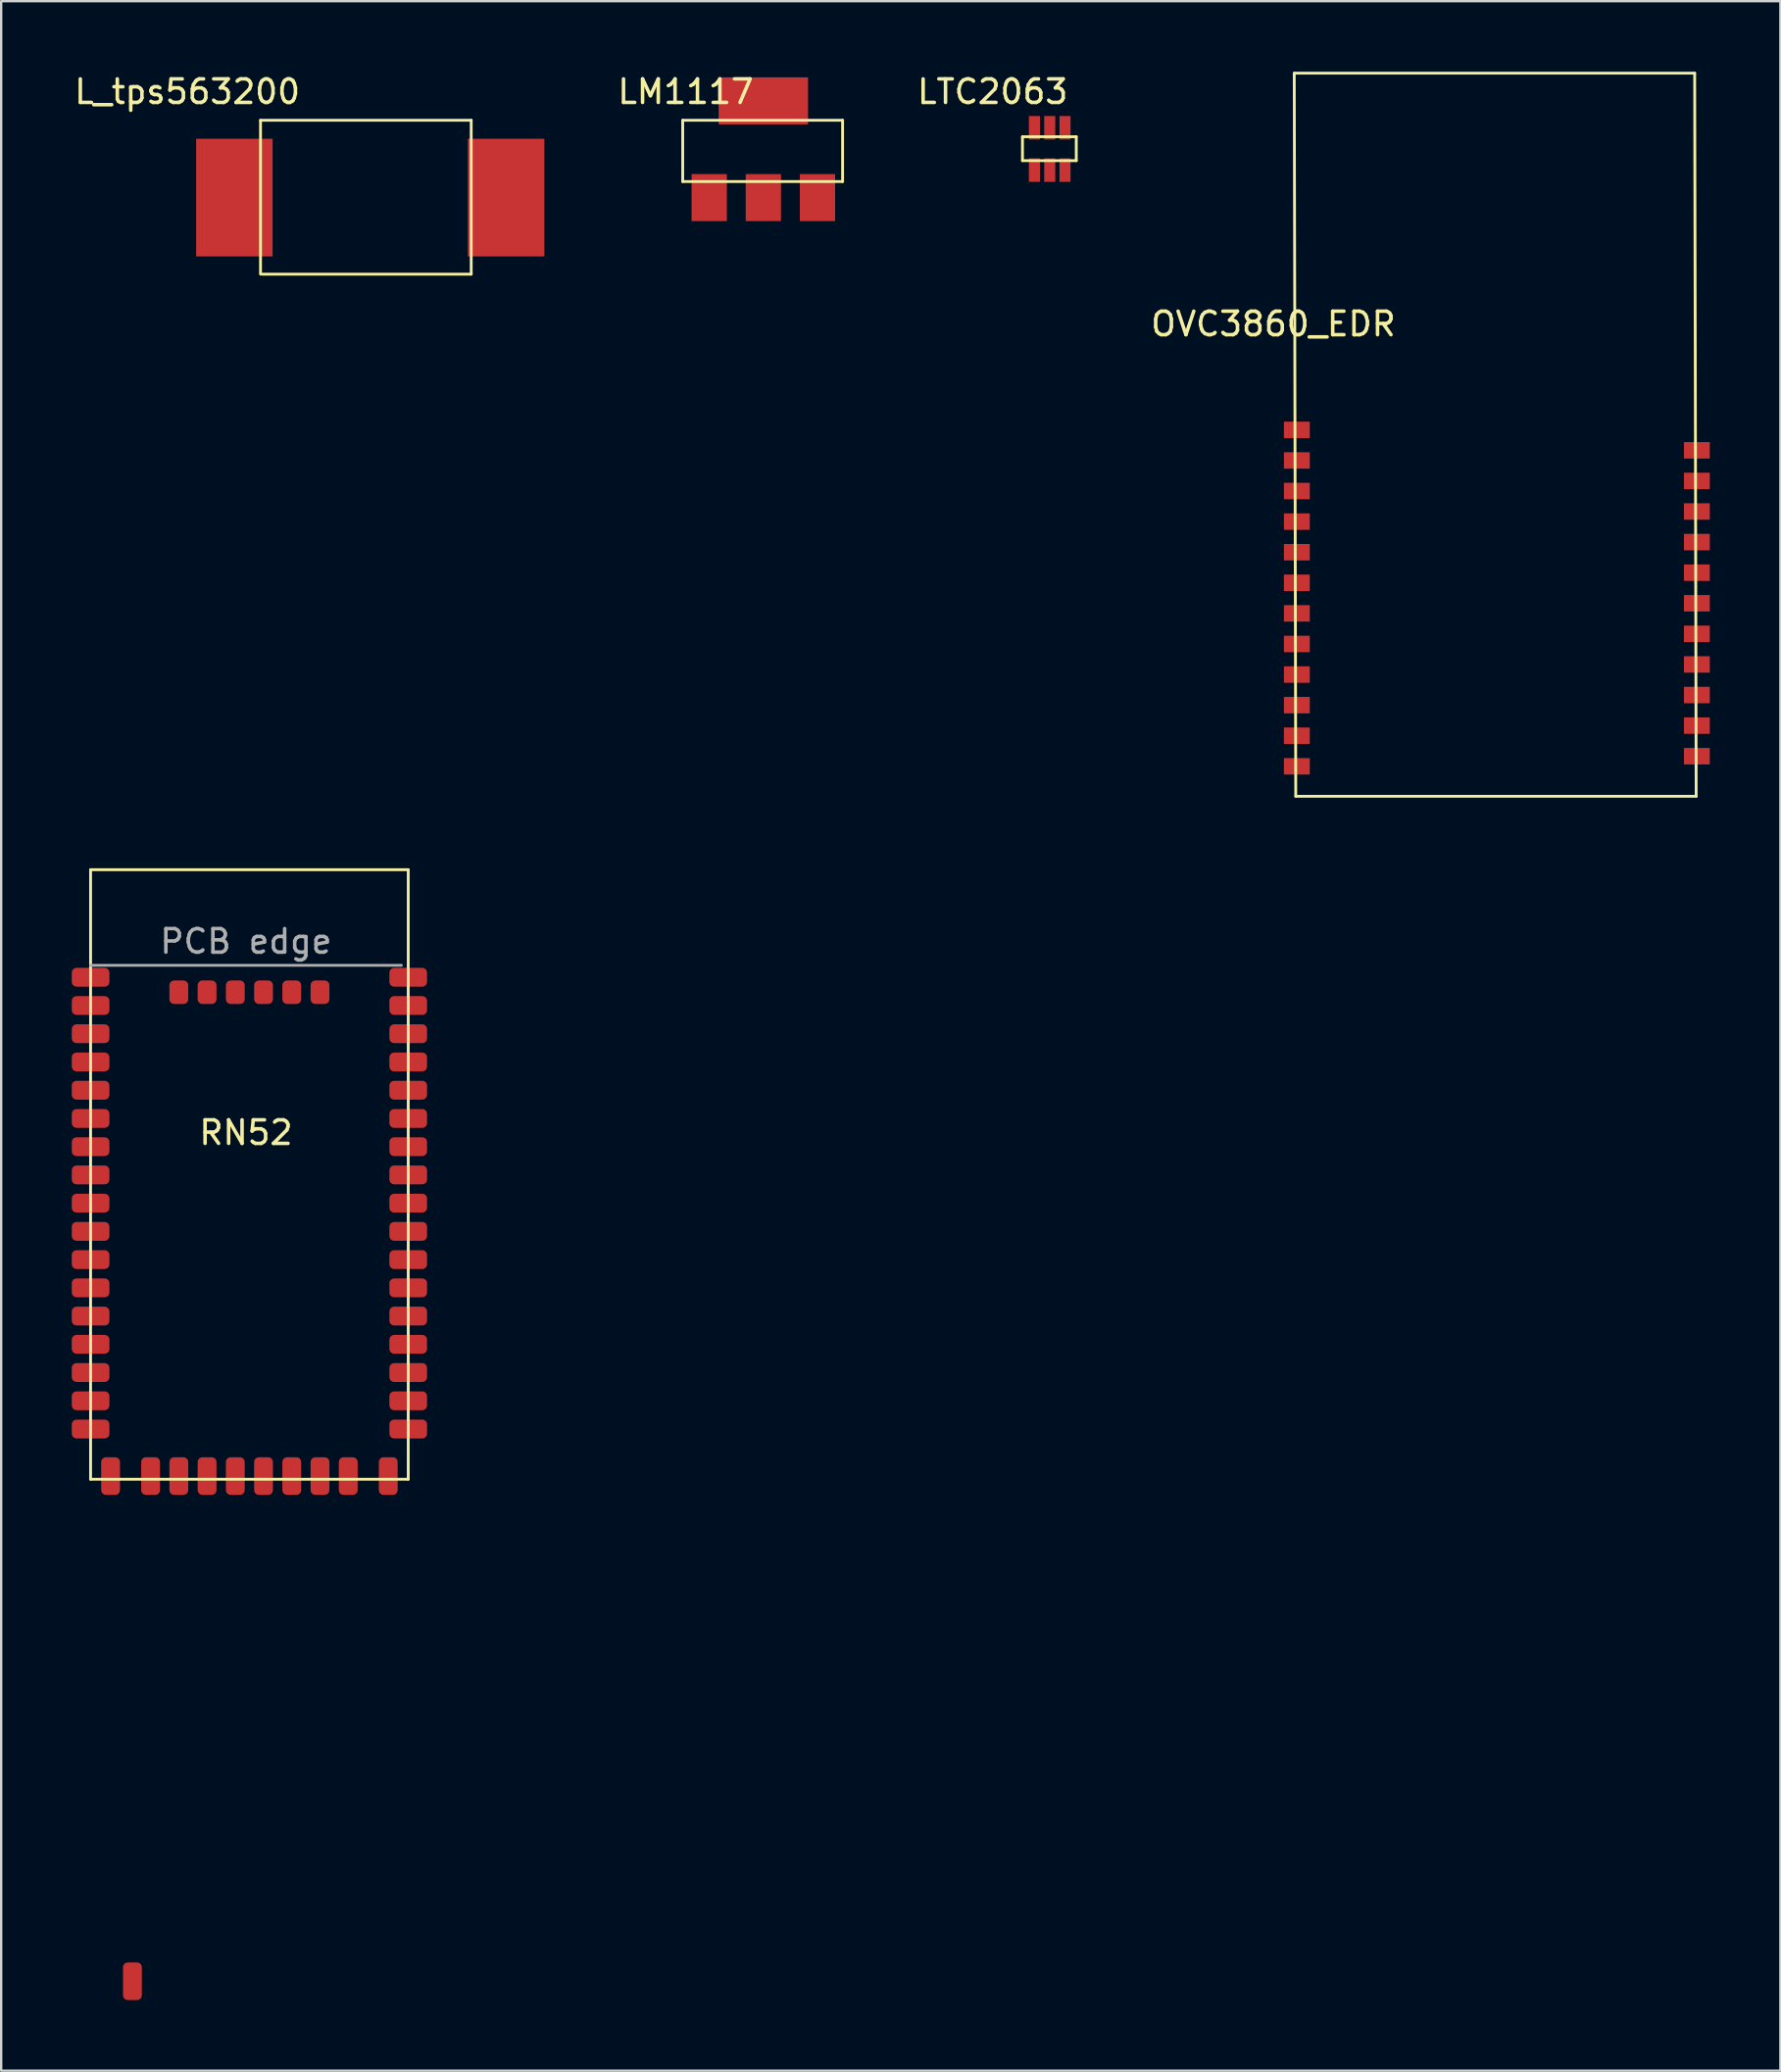
<source format=kicad_pcb>
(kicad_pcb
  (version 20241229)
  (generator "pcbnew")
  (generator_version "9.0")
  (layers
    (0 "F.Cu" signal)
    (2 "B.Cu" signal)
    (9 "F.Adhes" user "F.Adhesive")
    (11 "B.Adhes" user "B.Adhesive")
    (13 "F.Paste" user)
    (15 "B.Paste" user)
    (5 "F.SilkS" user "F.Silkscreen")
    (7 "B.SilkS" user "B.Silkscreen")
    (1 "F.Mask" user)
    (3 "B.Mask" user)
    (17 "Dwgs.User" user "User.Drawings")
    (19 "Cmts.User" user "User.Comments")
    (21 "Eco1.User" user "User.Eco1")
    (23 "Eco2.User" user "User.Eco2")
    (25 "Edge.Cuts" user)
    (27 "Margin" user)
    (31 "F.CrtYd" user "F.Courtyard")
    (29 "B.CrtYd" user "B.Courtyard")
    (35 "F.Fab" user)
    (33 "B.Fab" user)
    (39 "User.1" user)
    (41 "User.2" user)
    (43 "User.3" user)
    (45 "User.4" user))
  (footprint "L_tps563200"
    (layer "F.Cu")
    (at 4.911 0.348)
    (property "Reference" "L_tps563200" (at 0 0.5 0) (layer "F.SilkS") (effects (font (size 1 1) (thickness 0.15))))
    (attr through_hole)
    (fp_line (start 3.111 1.714) (end 12.065 1.714) (stroke (width 0.12) (type solid)) (layer "F.SilkS"))
    (fp_line (start 3.111 8.255) (end 3.111 1.714) (stroke (width 0.12) (type solid)) (layer "F.SilkS"))
    (fp_line (start 12.065 1.714) (end 12.065 8.255) (stroke (width 0.12) (type solid)) (layer "F.SilkS"))
    (fp_line (start 12.065 8.255) (end 3.175 8.255) (stroke (width 0.12) (type solid)) (layer "F.SilkS"))
    (pad "1" smd rect (at 2 5) (size 3.25 5) (layers "F.Cu" "F.Mask" "F.Paste"))
    (pad "2" smd rect (at 13.55 5) (size 3.25 5) (layers "F.Cu" "F.Mask" "F.Paste")))
  (footprint "RN52"
    (layer "F.Cu")
    (at 0.8 59.822)
    (property "Reference" "RN52" (at 6.604 -14.732 0) (layer "F.SilkS") (effects (font (size 1 1) (thickness 0.15))))
    (attr through_hole)
    (fp_line (start 0 -25.908) (end 13.5 -25.908) (stroke (width 0.12) (type solid)) (layer "F.SilkS"))
    (fp_line (start 0 0) (end 0 -25.908) (stroke (width 0.12) (type solid)) (layer "F.SilkS"))
    (fp_line (start 13.5 -25.908) (end 13.5 0) (stroke (width 0.12) (type solid)) (layer "F.SilkS"))
    (fp_line (start 13.5 0) (end 0 0) (stroke (width 0.12) (type solid)) (layer "F.SilkS"))
    (fp_line (start 0 -21.844) (end 13.208 -21.844) (stroke (width 0.12) (type solid)) (layer "F.Fab"))
    (fp_text user "PCB edge" (at 6.604 -22.86 0) (layer "F.Fab") (effects (font (size 1 1) (thickness 0.15))))
    (pad "1" smd roundrect (at 0 -21.336) (size 1.6 0.8) (layers "F.Cu" "F.Mask" "F.Paste") (roundrect_rratio 0.25))
    (pad "2" smd roundrect (at 0 -20.136) (size 1.6 0.8) (layers "F.Cu" "F.Mask" "F.Paste") (roundrect_rratio 0.25))
    (pad "3" smd roundrect (at 0 -18.936) (size 1.6 0.8) (layers "F.Cu" "F.Mask" "F.Paste") (roundrect_rratio 0.25))
    (pad "4" smd roundrect (at 0 -17.736) (size 1.6 0.8) (layers "F.Cu" "F.Mask" "F.Paste") (roundrect_rratio 0.25))
    (pad "5" smd roundrect (at 0 -16.536) (size 1.6 0.8) (layers "F.Cu" "F.Mask" "F.Paste") (roundrect_rratio 0.25))
    (pad "6" smd roundrect (at 0 -15.336) (size 1.6 0.8) (layers "F.Cu" "F.Mask" "F.Paste") (roundrect_rratio 0.25))
    (pad "7" smd roundrect (at 0 -14.136) (size 1.6 0.8) (layers "F.Cu" "F.Mask" "F.Paste") (roundrect_rratio 0.25))
    (pad "8" smd roundrect (at 0 -12.936) (size 1.6 0.8) (layers "F.Cu" "F.Mask" "F.Paste") (roundrect_rratio 0.25))
    (pad "9" smd roundrect (at 0 -11.736) (size 1.6 0.8) (layers "F.Cu" "F.Mask" "F.Paste") (roundrect_rratio 0.25))
    (pad "10" smd roundrect (at 0 -10.536) (size 1.6 0.8) (layers "F.Cu" "F.Mask" "F.Paste") (roundrect_rratio 0.25))
    (pad "11" smd roundrect (at 0 -9.336) (size 1.6 0.8) (layers "F.Cu" "F.Mask" "F.Paste") (roundrect_rratio 0.25))
    (pad "12" smd roundrect (at 0 -8.136) (size 1.6 0.8) (layers "F.Cu" "F.Mask" "F.Paste") (roundrect_rratio 0.25))
    (pad "13" smd roundrect (at 0 -6.936) (size 1.6 0.8) (layers "F.Cu" "F.Mask" "F.Paste") (roundrect_rratio 0.25))
    (pad "14" smd roundrect (at 0 -5.736) (size 1.6 0.8) (layers "F.Cu" "F.Mask" "F.Paste") (roundrect_rratio 0.25))
    (pad "15" smd roundrect (at 0 -4.536) (size 1.6 0.8) (layers "F.Cu" "F.Mask" "F.Paste") (roundrect_rratio 0.25))
    (pad "16" smd roundrect (at 0 -3.336) (size 1.6 0.8) (layers "F.Cu" "F.Mask" "F.Paste") (roundrect_rratio 0.25))
    (pad "17" smd roundrect (at 0 -2.136) (size 1.6 0.8) (layers "F.Cu" "F.Mask" "F.Paste") (roundrect_rratio 0.25))
    (pad "17" smd roundrect (at 1.778 21.336 90) (size 1.6 0.8) (layers "F.Cu" "F.Mask" "F.Paste") (roundrect_rratio 0.25))
    (pad "18" smd roundrect (at 0.85 -0.136 90) (size 1.6 0.8) (layers "F.Cu" "F.Mask" "F.Paste") (roundrect_rratio 0.25))
    (pad "19" smd roundrect (at 2.55 -0.136 90) (size 1.6 0.8) (layers "F.Cu" "F.Mask" "F.Paste") (roundrect_rratio 0.25))
    (pad "20" smd roundrect (at 3.75 -0.136 90) (size 1.6 0.8) (layers "F.Cu" "F.Mask" "F.Paste") (roundrect_rratio 0.25))
    (pad "21" smd roundrect (at 4.95 -0.136 90) (size 1.6 0.8) (layers "F.Cu" "F.Mask" "F.Paste") (roundrect_rratio 0.25))
    (pad "22" smd roundrect (at 6.15 -0.136 90) (size 1.6 0.8) (layers "F.Cu" "F.Mask" "F.Paste") (roundrect_rratio 0.25))
    (pad "23" smd roundrect (at 7.35 -0.136 90) (size 1.6 0.8) (layers "F.Cu" "F.Mask" "F.Paste") (roundrect_rratio 0.25))
    (pad "24" smd roundrect (at 8.55 -0.136 90) (size 1.6 0.8) (layers "F.Cu" "F.Mask" "F.Paste") (roundrect_rratio 0.25))
    (pad "25" smd roundrect (at 9.75 -0.136 90) (size 1.6 0.8) (layers "F.Cu" "F.Mask" "F.Paste") (roundrect_rratio 0.25))
    (pad "26" smd roundrect (at 10.95 -0.136 90) (size 1.6 0.8) (layers "F.Cu" "F.Mask" "F.Paste") (roundrect_rratio 0.25))
    (pad "27" smd roundrect (at 12.65 -0.136 90) (size 1.6 0.8) (layers "F.Cu" "F.Mask" "F.Paste") (roundrect_rratio 0.25))
    (pad "28" smd roundrect (at 13.5 -2.136) (size 1.6 0.8) (layers "F.Cu" "F.Mask" "F.Paste") (roundrect_rratio 0.25))
    (pad "29" smd roundrect (at 13.5 -3.336) (size 1.6 0.8) (layers "F.Cu" "F.Mask" "F.Paste") (roundrect_rratio 0.25))
    (pad "30" smd roundrect (at 13.5 -4.536) (size 1.6 0.8) (layers "F.Cu" "F.Mask" "F.Paste") (roundrect_rratio 0.25))
    (pad "31" smd roundrect (at 13.5 -5.736) (size 1.6 0.8) (layers "F.Cu" "F.Mask" "F.Paste") (roundrect_rratio 0.25))
    (pad "32" smd roundrect (at 13.5 -6.936) (size 1.6 0.8) (layers "F.Cu" "F.Mask" "F.Paste") (roundrect_rratio 0.25))
    (pad "33" smd roundrect (at 13.5 -8.136) (size 1.6 0.8) (layers "F.Cu" "F.Mask" "F.Paste") (roundrect_rratio 0.25))
    (pad "34" smd roundrect (at 13.5 -9.336) (size 1.6 0.8) (layers "F.Cu" "F.Mask" "F.Paste") (roundrect_rratio 0.25))
    (pad "35" smd roundrect (at 13.5 -10.536) (size 1.6 0.8) (layers "F.Cu" "F.Mask" "F.Paste") (roundrect_rratio 0.25))
    (pad "36" smd roundrect (at 13.5 -11.736) (size 1.6 0.8) (layers "F.Cu" "F.Mask" "F.Paste") (roundrect_rratio 0.25))
    (pad "37" smd roundrect (at 13.5 -12.936) (size 1.6 0.8) (layers "F.Cu" "F.Mask" "F.Paste") (roundrect_rratio 0.25))
    (pad "38" smd roundrect (at 13.5 -14.136) (size 1.6 0.8) (layers "F.Cu" "F.Mask" "F.Paste") (roundrect_rratio 0.25))
    (pad "39" smd roundrect (at 13.5 -15.336) (size 1.6 0.8) (layers "F.Cu" "F.Mask" "F.Paste") (roundrect_rratio 0.25))
    (pad "40" smd roundrect (at 13.5 -16.536) (size 1.6 0.8) (layers "F.Cu" "F.Mask" "F.Paste") (roundrect_rratio 0.25))
    (pad "41" smd roundrect (at 13.5 -17.736) (size 1.6 0.8) (layers "F.Cu" "F.Mask" "F.Paste") (roundrect_rratio 0.25))
    (pad "42" smd roundrect (at 13.5 -18.936) (size 1.6 0.8) (layers "F.Cu" "F.Mask" "F.Paste") (roundrect_rratio 0.25))
    (pad "43" smd roundrect (at 13.5 -20.136) (size 1.6 0.8) (layers "F.Cu" "F.Mask" "F.Paste") (roundrect_rratio 0.25))
    (pad "44" smd roundrect (at 13.5 -21.336) (size 1.6 0.8) (layers "F.Cu" "F.Mask" "F.Paste") (roundrect_rratio 0.25))
    (pad "45" smd roundrect (at 9.75 -20.7 90) (size 1 0.8) (layers "F.Cu" "F.Mask" "F.Paste") (roundrect_rratio 0.25))
    (pad "46" smd roundrect (at 8.55 -20.7 90) (size 1 0.8) (layers "F.Cu" "F.Mask" "F.Paste") (roundrect_rratio 0.25))
    (pad "47" smd roundrect (at 7.35 -20.7 90) (size 1 0.8) (layers "F.Cu" "F.Mask" "F.Paste") (roundrect_rratio 0.25))
    (pad "48" smd roundrect (at 6.15 -20.7 90) (size 1 0.8) (layers "F.Cu" "F.Mask" "F.Paste") (roundrect_rratio 0.25))
    (pad "49" smd roundrect (at 4.95 -20.7 90) (size 1 0.8) (layers "F.Cu" "F.Mask" "F.Paste") (roundrect_rratio 0.25))
    (pad "50" smd roundrect (at 3.75 -20.7 90) (size 1 0.8) (layers "F.Cu" "F.Mask" "F.Paste") (roundrect_rratio 0.25)))
  (footprint "OVC3860_EDR"
    (layer "F.Cu")
    (at 51.066 10.22)
    (property "Reference" "OVC3860_EDR" (at 0 0.5 0) (layer "F.SilkS") (effects (font (size 1 1) (thickness 0.15))))
    (attr through_hole)
    (fp_line (start 0.889 -10.16) (end 17.907 -10.16) (stroke (width 0.12) (type solid)) (layer "F.SilkS"))
    (fp_line (start 0.953 20.574) (end 0.889 -10.16) (stroke (width 0.12) (type solid)) (layer "F.SilkS"))
    (fp_line (start 0.953 20.574) (end 17.971 20.574) (stroke (width 0.12) (type solid)) (layer "F.SilkS"))
    (fp_line (start 17.971 20.574) (end 17.907 -10.16) (stroke (width 0.12) (type solid)) (layer "F.SilkS"))
    (pad "1" smd rect (at 1 5) (size 1.1 0.7) (layers "F.Cu" "F.Mask" "F.Paste"))
    (pad "2" smd rect (at 1 6.3) (size 1.1 0.7) (layers "F.Cu" "F.Mask" "F.Paste"))
    (pad "3" smd rect (at 1 7.6) (size 1.1 0.7) (layers "F.Cu" "F.Mask" "F.Paste"))
    (pad "4" smd rect (at 1 8.9) (size 1.1 0.7) (layers "F.Cu" "F.Mask" "F.Paste"))
    (pad "5" smd rect (at 1 10.2) (size 1.1 0.7) (layers "F.Cu" "F.Mask" "F.Paste"))
    (pad "6" smd rect (at 1 11.5) (size 1.1 0.7) (layers "F.Cu" "F.Mask" "F.Paste"))
    (pad "7" smd rect (at 1 12.8) (size 1.1 0.7) (layers "F.Cu" "F.Mask" "F.Paste"))
    (pad "8" smd rect (at 1 14.1) (size 1.1 0.7) (layers "F.Cu" "F.Mask" "F.Paste"))
    (pad "9" smd rect (at 1 15.4) (size 1.1 0.7) (layers "F.Cu" "F.Mask" "F.Paste"))
    (pad "10" smd rect (at 1 16.7) (size 1.1 0.7) (layers "F.Cu" "F.Mask" "F.Paste"))
    (pad "11" smd rect (at 1 18) (size 1.1 0.7) (layers "F.Cu" "F.Mask" "F.Paste"))
    (pad "12" smd rect (at 1 19.3) (size 1.1 0.7) (layers "F.Cu" "F.Mask" "F.Paste"))
    (pad "13" smd rect (at 18 18.87) (size 1.1 0.7) (layers "F.Cu" "F.Mask" "F.Paste"))
    (pad "14" smd rect (at 18 17.57) (size 1.1 0.7) (layers "F.Cu" "F.Mask" "F.Paste"))
    (pad "15" smd rect (at 18 16.27) (size 1.1 0.7) (layers "F.Cu" "F.Mask" "F.Paste"))
    (pad "16" smd rect (at 18 14.97) (size 1.1 0.7) (layers "F.Cu" "F.Mask" "F.Paste"))
    (pad "17" smd rect (at 18 13.67) (size 1.1 0.7) (layers "F.Cu" "F.Mask" "F.Paste"))
    (pad "18" smd rect (at 18 12.37) (size 1.1 0.7) (layers "F.Cu" "F.Mask" "F.Paste"))
    (pad "19" smd rect (at 18 11.07) (size 1.1 0.7) (layers "F.Cu" "F.Mask" "F.Paste"))
    (pad "20" smd rect (at 18 9.77) (size 1.1 0.7) (layers "F.Cu" "F.Mask" "F.Paste"))
    (pad "21" smd rect (at 18 8.47) (size 1.1 0.7) (layers "F.Cu" "F.Mask" "F.Paste"))
    (pad "22" smd rect (at 18 7.17) (size 1.1 0.7) (layers "F.Cu" "F.Mask" "F.Paste"))
    (pad "23" smd rect (at 18 5.87) (size 1.1 0.7) (layers "F.Cu" "F.Mask" "F.Paste")))
  (footprint "LM1117"
    (layer "F.Cu")
    (at 26.092 0.348)
    (property "Reference" "LM1117" (at 0 0.5 0) (layer "F.SilkS") (effects (font (size 1 1) (thickness 0.15))))
    (attr through_hole)
    (fp_line (start -0.127 1.714) (end -0.127 4.318) (stroke (width 0.12) (type solid)) (layer "F.SilkS"))
    (fp_line (start -0.127 4.318) (end 6.668 4.318) (stroke (width 0.12) (type solid)) (layer "F.SilkS"))
    (fp_line (start 6.668 1.714) (end -0.127 1.714) (stroke (width 0.12) (type solid)) (layer "F.SilkS"))
    (fp_line (start 6.668 4.318) (end 6.668 1.714) (stroke (width 0.12) (type solid)) (layer "F.SilkS"))
    (pad "1" smd rect (at 1 5) (size 1.5 2) (layers "F.Cu" "F.Mask" "F.Paste"))
    (pad "2" smd rect (at 3.3 0.889) (size 3.8 2) (layers "F.Cu" "F.Mask" "F.Paste"))
    (pad "2" smd rect (at 3.3 5) (size 1.5 2) (layers "F.Cu" "F.Mask" "F.Paste"))
    (pad "3" smd rect (at 5.6 5) (size 1.5 2) (layers "F.Cu" "F.Mask" "F.Paste")))
  (footprint "LTC2063"
    (layer "F.Cu")
    (at 39.135 0.348)
    (property "Reference" "LTC2063" (at 0 0.5 0) (layer "F.SilkS") (effects (font (size 1 1) (thickness 0.15))))
    (attr through_hole)
    (fp_line (start 1.27 2.413) (end 3.556 2.413) (stroke (width 0.12) (type solid)) (layer "F.SilkS"))
    (fp_line (start 1.27 3.429) (end 1.27 2.413) (stroke (width 0.12) (type solid)) (layer "F.SilkS"))
    (fp_line (start 3.556 2.413) (end 3.556 3.429) (stroke (width 0.12) (type solid)) (layer "F.SilkS"))
    (fp_line (start 3.556 3.429) (end 1.27 3.429) (stroke (width 0.12) (type solid)) (layer "F.SilkS"))
    (pad "1" smd rect (at 1.778 3.832) (size 0.47 1) (layers "F.Cu" "F.Mask" "F.Paste"))
    (pad "2" smd rect (at 2.428 3.832) (size 0.47 1) (layers "F.Cu" "F.Mask" "F.Paste"))
    (pad "3" smd rect (at 3.078 3.832) (size 0.47 1) (layers "F.Cu" "F.Mask" "F.Paste"))
    (pad "4" smd rect (at 3.078 2.032) (size 0.47 1) (layers "F.Cu" "F.Mask" "F.Paste"))
    (pad "5" smd rect (at 2.428 2.032) (size 0.47 1) (layers "F.Cu" "F.Mask" "F.Paste"))
    (pad "6" smd rect (at 1.778 2.032) (size 0.47 1) (layers "F.Cu" "F.Mask" "F.Paste")))
  (gr_rect
    (start -3 -3)
    (end 72.616 84.958)
    (stroke (width 0.1) (type default))
    (fill no)
    (layer "Edge.Cuts")))
</source>
